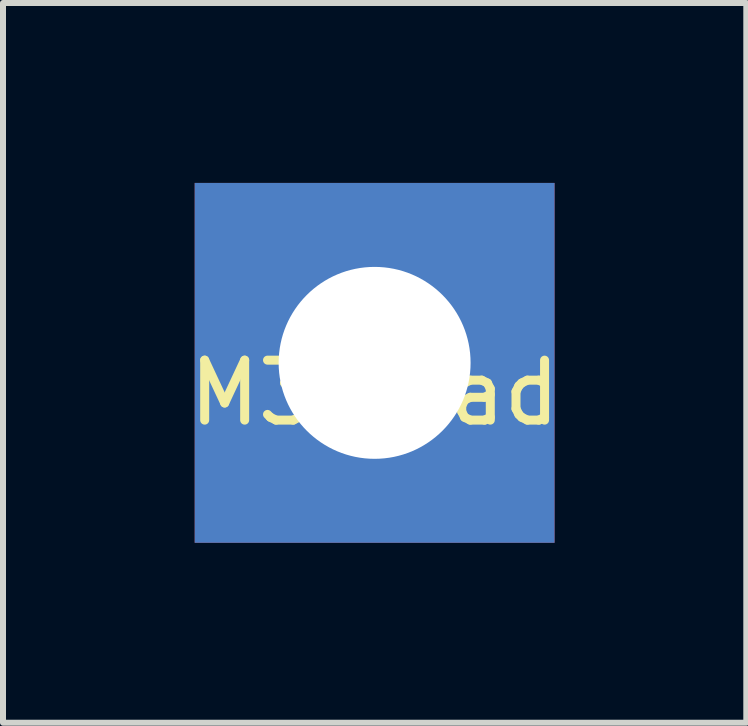
<source format=kicad_pcb>
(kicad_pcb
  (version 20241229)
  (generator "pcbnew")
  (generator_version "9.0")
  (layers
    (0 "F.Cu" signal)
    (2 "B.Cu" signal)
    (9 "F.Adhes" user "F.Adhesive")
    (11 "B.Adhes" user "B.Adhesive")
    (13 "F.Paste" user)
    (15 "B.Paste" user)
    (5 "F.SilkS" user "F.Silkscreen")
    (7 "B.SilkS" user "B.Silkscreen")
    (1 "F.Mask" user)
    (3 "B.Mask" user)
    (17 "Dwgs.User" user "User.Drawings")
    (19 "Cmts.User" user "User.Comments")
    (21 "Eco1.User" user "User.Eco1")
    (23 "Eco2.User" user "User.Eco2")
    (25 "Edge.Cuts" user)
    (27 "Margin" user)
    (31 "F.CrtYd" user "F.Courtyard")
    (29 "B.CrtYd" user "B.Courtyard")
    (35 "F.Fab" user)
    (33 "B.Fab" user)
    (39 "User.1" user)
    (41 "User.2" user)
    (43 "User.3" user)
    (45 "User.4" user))
  (footprint "M3-Pad"
    (layer "F.Cu")
    (at 3.196 3)
    (property "Reference" "M3-Pad" (at 0 0.5 0) (layer "F.SilkS") (effects (font (size 1 1) (thickness 0.15))))
    (attr through_hole)
    (pad "1" thru_hole rect (at 0 0) (size 6 6) (drill 3.2) (layers "*.Cu" "*.Mask")))
  (gr_rect
    (start -3 -3)
    (end 9.393 9)
    (stroke (width 0.1) (type default))
    (fill no)
    (layer "Edge.Cuts")))
</source>
